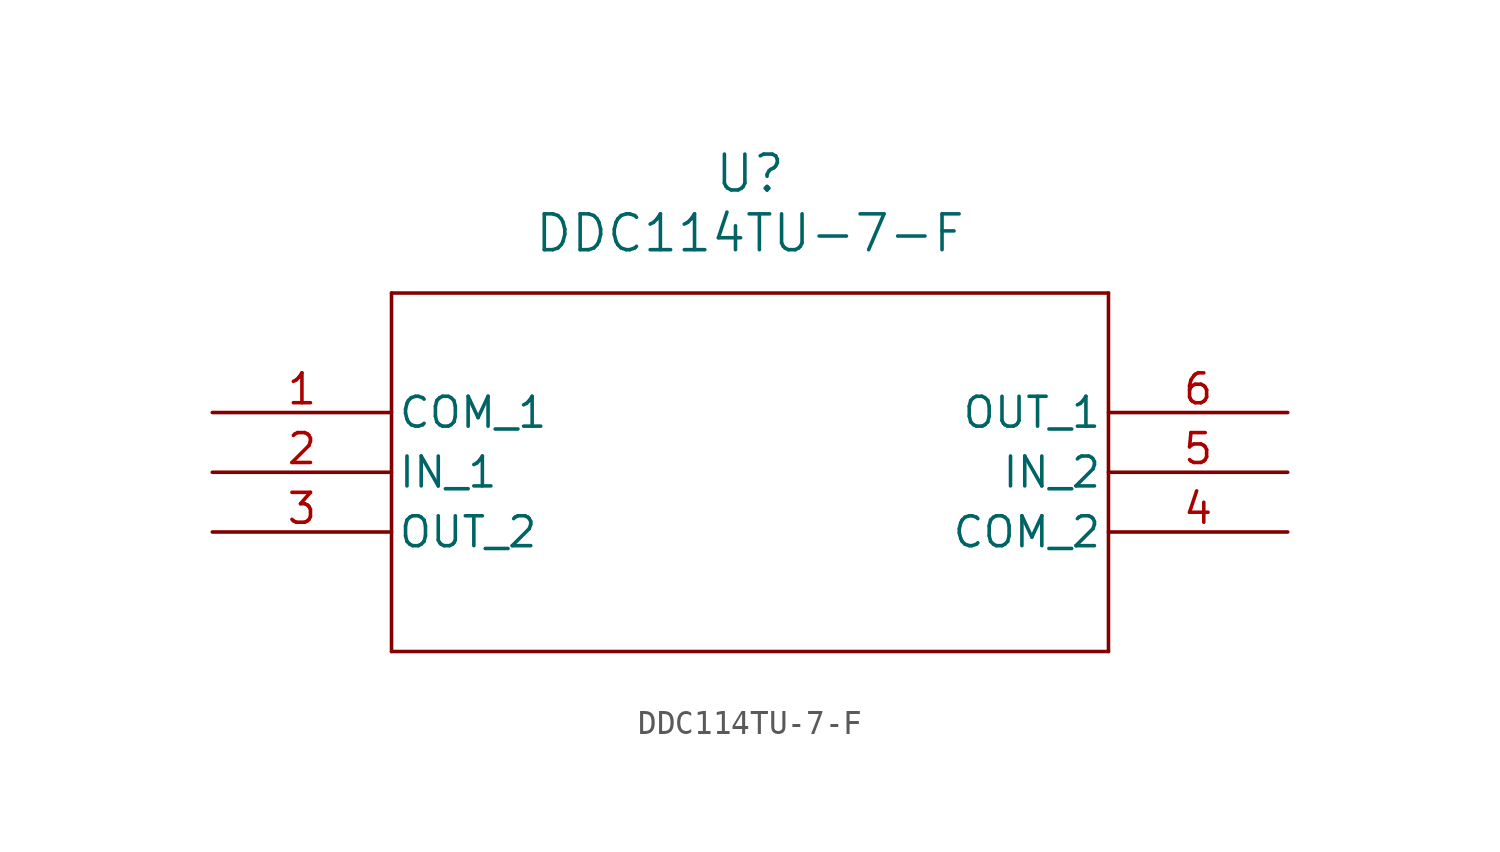
<source format=kicad_sym>
(kicad_symbol_lib
  (version 20211014)
  (generator kicad_symbol_editor)
  (symbol "DDC114TU-7-F"
    (pin_names
      (offset 0.254))
    (property "Reference" "U"
      (at 22.86 10.16 0)
      (effects (font (size 1.524 1.524))))
    (property "Value" "DDC114TU-7-F"
      (at 22.86 7.62 0)
      (effects (font (size 1.524 1.524))))
    (symbol "DDC114TU-7-F_0_1"
      (polyline (pts (xy 7.62 5.08) (xy 7.62 -10.16)) (stroke (width 0) (type default) (color 0 0 0 0)) (fill (type none)))
      (polyline (pts (xy 7.62 -10.16) (xy 38.1 -10.16)) (stroke (width 0) (type default) (color 0 0 0 0)) (fill (type none)))
      (polyline (pts (xy 38.1 -10.16) (xy 38.1 5.08)) (stroke (width 0) (type default) (color 0 0 0 0)) (fill (type none)))
      (polyline (pts (xy 38.1 5.08) (xy 7.62 5.08)) (stroke (width 0) (type default) (color 0 0 0 0)) (fill (type none)))
      (pin bidirectional line (at 0 0 0) (length 7.62) (name "COM_1" (effects (font (size 1.27 1.27)))) (number "1" (effects (font (size 1.27 1.27)))))
      (pin input line (at 0 -2.54 0) (length 7.62) (name "IN_1" (effects (font (size 1.27 1.27)))) (number "2" (effects (font (size 1.27 1.27)))))
      (pin unspecified line (at 0 -5.08 0) (length 7.62) (name "OUT_2" (effects (font (size 1.27 1.27)))) (number "3" (effects (font (size 1.27 1.27)))))
      (pin bidirectional line (at 45.72 -5.08 180) (length 7.62) (name "COM_2" (effects (font (size 1.27 1.27)))) (number "4" (effects (font (size 1.27 1.27)))))
      (pin input line (at 45.72 -2.54 180) (length 7.62) (name "IN_2" (effects (font (size 1.27 1.27)))) (number "5" (effects (font (size 1.27 1.27)))))
      (pin output line (at 45.72 0 180) (length 7.62) (name "OUT_1" (effects (font (size 1.27 1.27)))) (number "6" (effects (font (size 1.27 1.27))))))))
</source>
